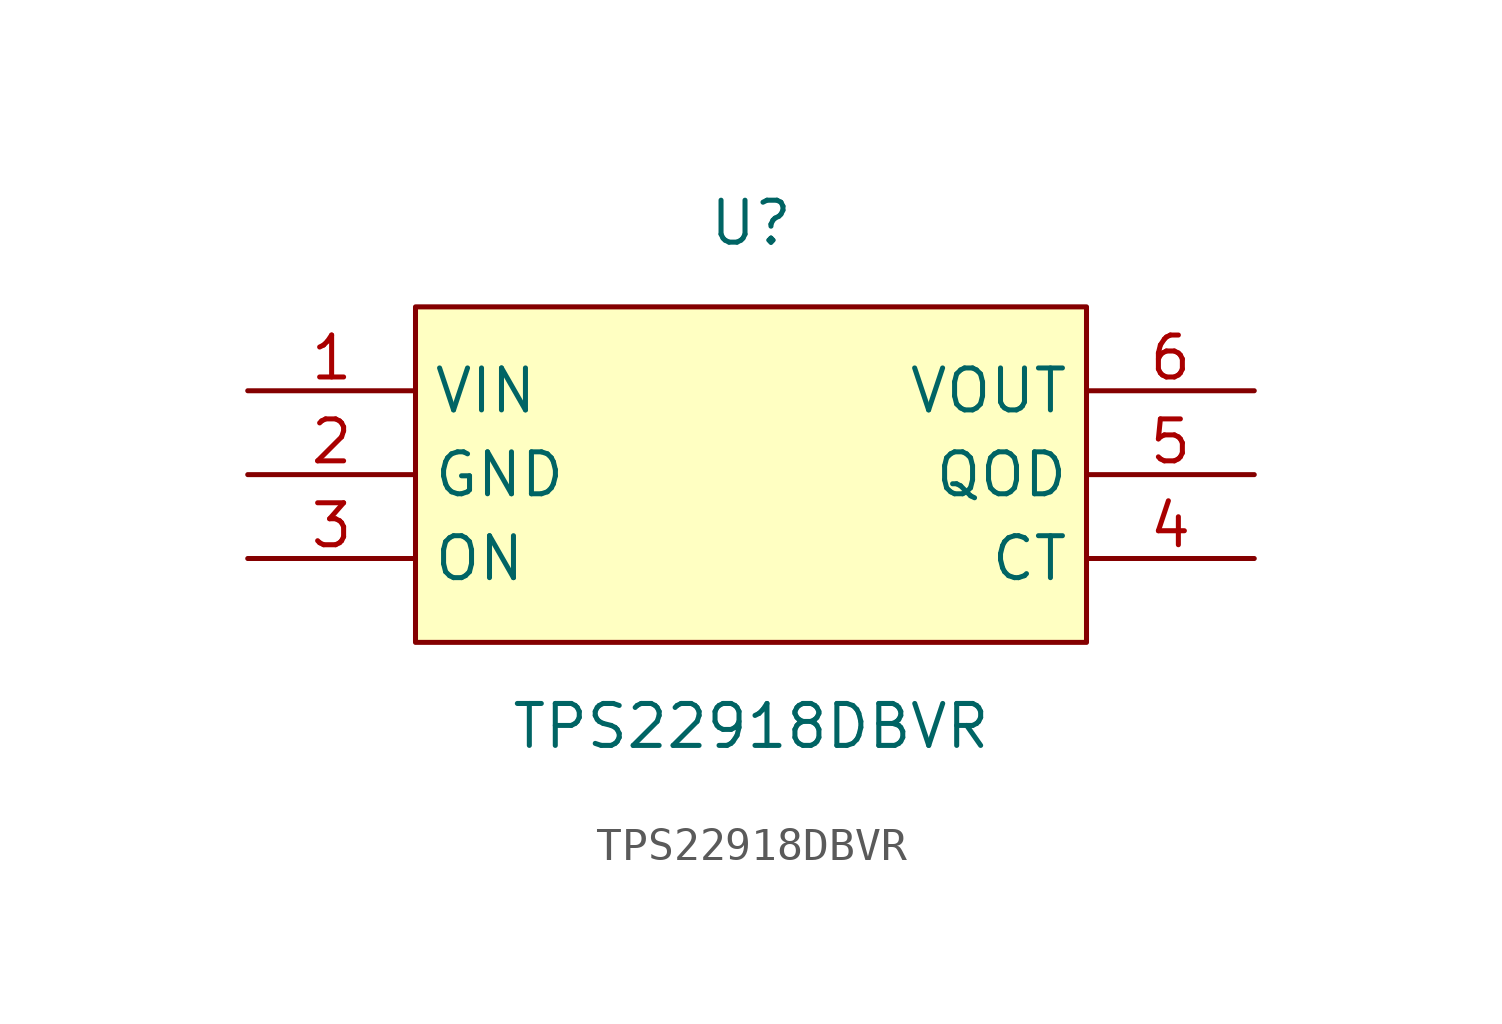
<source format=kicad_sym>
(kicad_symbol_lib
  (version 20211014)
  (generator https://github.com/uPesy/easyeda2kicad.py)
  (symbol "TPS22918DBVR"
    (property "Reference" "U"
      (at 0 7.62 0)
      (effects (font (size 1.27 1.27))))
    (property "Value" "TPS22918DBVR"
      (at 0 -7.62 0)
      (effects (font (size 1.27 1.27))))
    (symbol "TPS22918DBVR_0_1"
      (rectangle (start -10.16 5.08) (end 10.16 -5.08) (stroke (width 0) (type default) (color 0 0 0 0)) (fill (type background)))
      (pin unspecified line (at -15.24 2.54 0) (length 5.08) (name "VIN" (effects (font (size 1.27 1.27)))) (number "1" (effects (font (size 1.27 1.27)))))
      (pin unspecified line (at -15.24 -0.00 0) (length 5.08) (name "GND" (effects (font (size 1.27 1.27)))) (number "2" (effects (font (size 1.27 1.27)))))
      (pin unspecified line (at -15.24 -2.54 0) (length 5.08) (name "ON" (effects (font (size 1.27 1.27)))) (number "3" (effects (font (size 1.27 1.27)))))
      (pin unspecified line (at 15.24 -2.54 180) (length 5.08) (name "CT" (effects (font (size 1.27 1.27)))) (number "4" (effects (font (size 1.27 1.27)))))
      (pin unspecified line (at 15.24 -0.00 180) (length 5.08) (name "QOD" (effects (font (size 1.27 1.27)))) (number "5" (effects (font (size 1.27 1.27)))))
      (pin unspecified line (at 15.24 2.54 180) (length 5.08) (name "VOUT" (effects (font (size 1.27 1.27)))) (number "6" (effects (font (size 1.27 1.27))))))))
</source>
